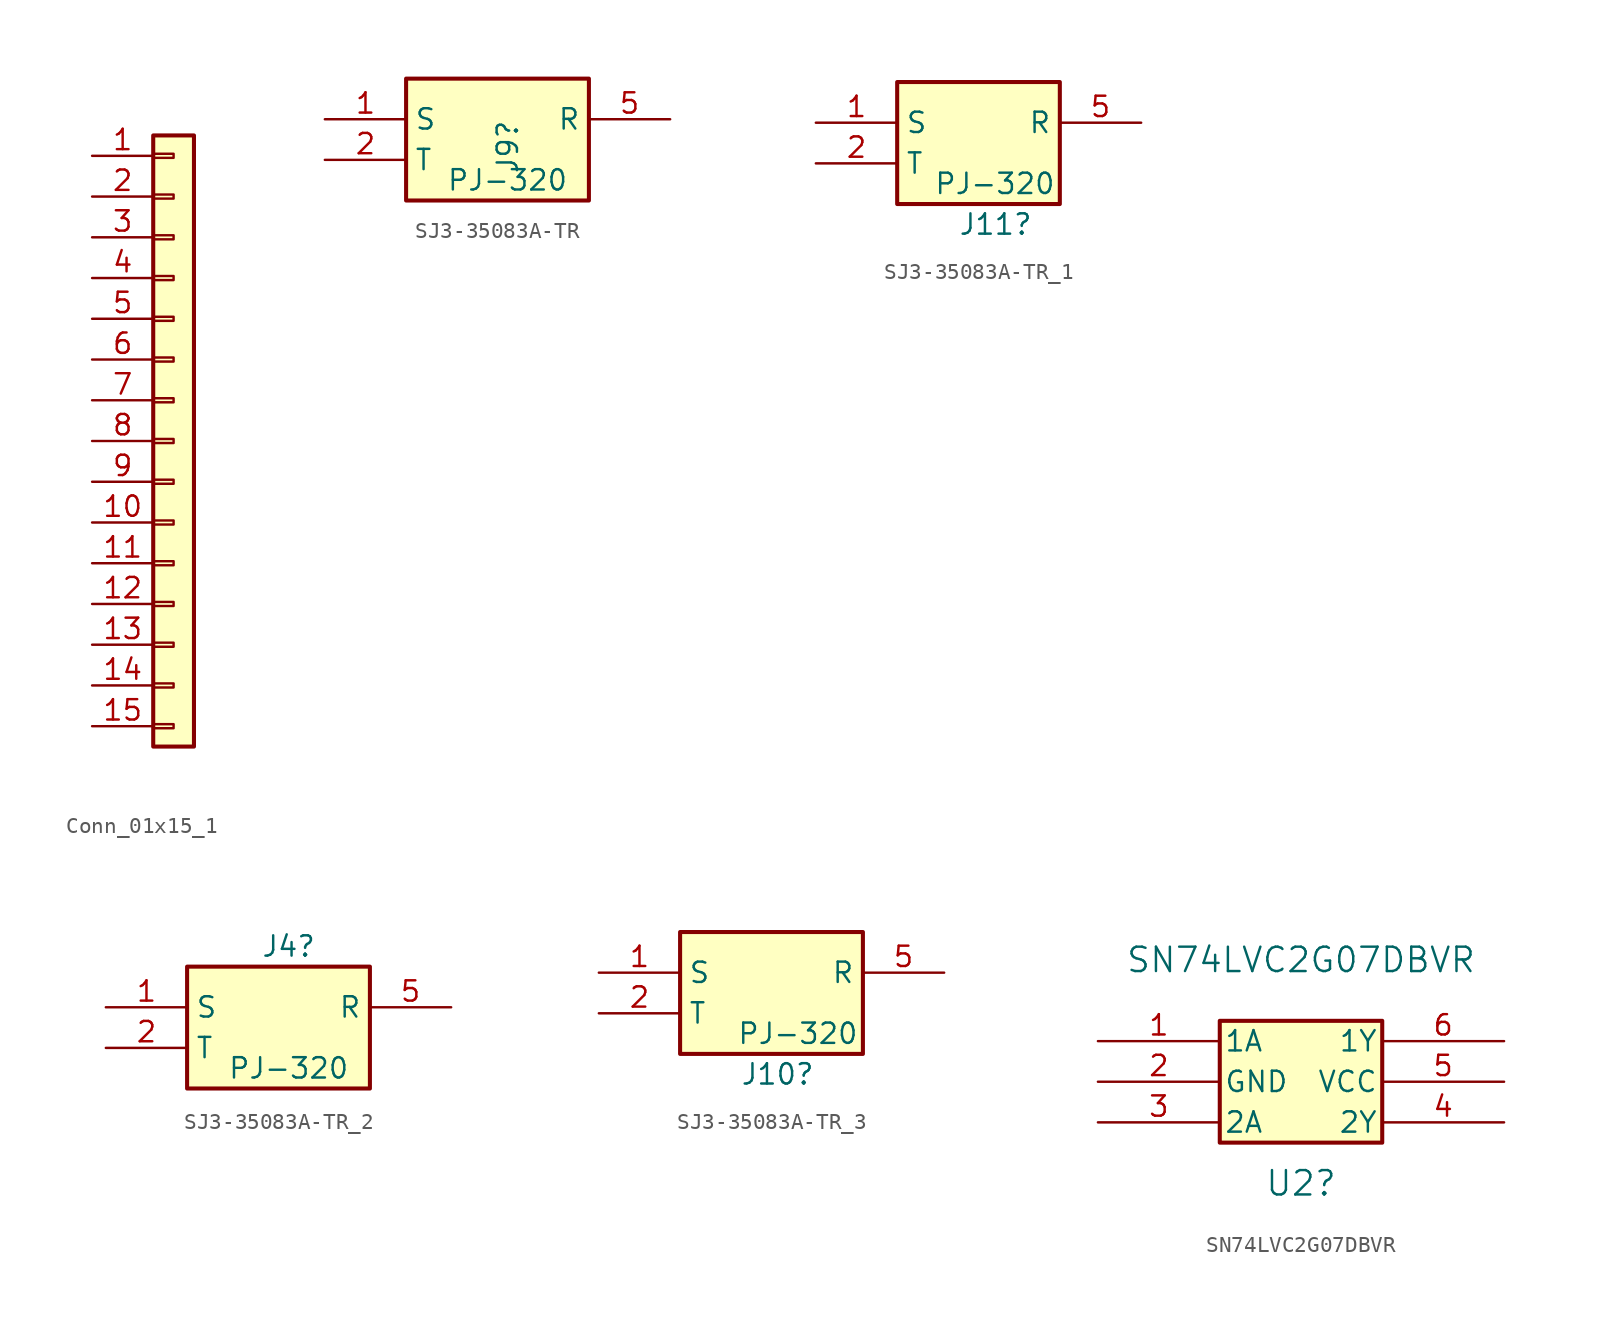
<source format=kicad_sym>
(kicad_symbol_lib
  (version 20231120)
  (generator "kicad_symbol_editor")
  (generator_version "8.0")
  (symbol "Conn_01x15_1"
    (pin_names
      (offset 1.016) hide)
    (property "Reference" "J1"
      (at 0 20.32 0)
      (effects (font (size 1.27 1.27)) (hide yes)))
    (symbol "Conn_01x15_1_1_1"
      (rectangle (start -1.27 -17.653) (end 0 -17.907) (stroke (width 0.152) (type default)) (fill (type none)))
      (rectangle (start -1.27 -15.113) (end 0 -15.367) (stroke (width 0.152) (type default)) (fill (type none)))
      (rectangle (start -1.27 -12.573) (end 0 -12.827) (stroke (width 0.152) (type default)) (fill (type none)))
      (rectangle (start -1.27 -10.033) (end 0 -10.287) (stroke (width 0.152) (type default)) (fill (type none)))
      (rectangle (start -1.27 -7.493) (end 0 -7.747) (stroke (width 0.152) (type default)) (fill (type none)))
      (rectangle (start -1.27 -4.953) (end 0 -5.207) (stroke (width 0.152) (type default)) (fill (type none)))
      (rectangle (start -1.27 -2.413) (end 0 -2.667) (stroke (width 0.152) (type default)) (fill (type none)))
      (rectangle (start -1.27 0.127) (end 0 -0.127) (stroke (width 0.152) (type default)) (fill (type none)))
      (rectangle (start -1.27 2.667) (end 0 2.413) (stroke (width 0.152) (type default)) (fill (type none)))
      (rectangle (start -1.27 5.207) (end 0 4.953) (stroke (width 0.152) (type default)) (fill (type none)))
      (rectangle (start -1.27 7.747) (end 0 7.493) (stroke (width 0.152) (type default)) (fill (type none)))
      (rectangle (start -1.27 10.287) (end 0 10.033) (stroke (width 0.152) (type default)) (fill (type none)))
      (rectangle (start -1.27 12.827) (end 0 12.573) (stroke (width 0.152) (type default)) (fill (type none)))
      (rectangle (start -1.27 15.367) (end 0 15.113) (stroke (width 0.152) (type default)) (fill (type none)))
      (rectangle (start -1.27 17.907) (end 0 17.653) (stroke (width 0.152) (type default)) (fill (type none)))
      (rectangle (start -1.27 19.05) (end 1.27 -19.05) (stroke (width 0.254) (type default)) (fill (type background)))
      (pin passive line (at -5.08 17.78 0) (length 3.81) (name "Pin_1" (effects (font (size 1.27 1.27)))) (number "1" (effects (font (size 1.27 1.27)))))
      (pin passive line (at -5.08 -5.08 0) (length 3.81) (name "Pin_10" (effects (font (size 1.27 1.27)))) (number "10" (effects (font (size 1.27 1.27)))))
      (pin passive line (at -5.08 -7.62 0) (length 3.81) (name "Pin_11" (effects (font (size 1.27 1.27)))) (number "11" (effects (font (size 1.27 1.27)))))
      (pin passive line (at -5.08 -10.16 0) (length 3.81) (name "Pin_12" (effects (font (size 1.27 1.27)))) (number "12" (effects (font (size 1.27 1.27)))))
      (pin passive line (at -5.08 -12.7 0) (length 3.81) (name "Pin_13" (effects (font (size 1.27 1.27)))) (number "13" (effects (font (size 1.27 1.27)))))
      (pin passive line (at -5.08 -15.24 0) (length 3.81) (name "Pin_14" (effects (font (size 1.27 1.27)))) (number "14" (effects (font (size 1.27 1.27)))))
      (pin passive line (at -5.08 -17.78 0) (length 3.81) (name "Pin_15" (effects (font (size 1.27 1.27)))) (number "15" (effects (font (size 1.27 1.27)))))
      (pin passive line (at -5.08 15.24 0) (length 3.81) (name "Pin_2" (effects (font (size 1.27 1.27)))) (number "2" (effects (font (size 1.27 1.27)))))
      (pin passive line (at -5.08 12.7 0) (length 3.81) (name "Pin_3" (effects (font (size 1.27 1.27)))) (number "3" (effects (font (size 1.27 1.27)))))
      (pin passive line (at -5.08 10.16 0) (length 3.81) (name "Pin_4" (effects (font (size 1.27 1.27)))) (number "4" (effects (font (size 1.27 1.27)))))
      (pin passive line (at -5.08 7.62 0) (length 3.81) (name "Pin_5" (effects (font (size 1.27 1.27)))) (number "5" (effects (font (size 1.27 1.27)))))
      (pin passive line (at -5.08 5.08 0) (length 3.81) (name "Pin_6" (effects (font (size 1.27 1.27)))) (number "6" (effects (font (size 1.27 1.27)))))
      (pin passive line (at -5.08 2.54 0) (length 3.81) (name "Pin_7" (effects (font (size 1.27 1.27)))) (number "7" (effects (font (size 1.27 1.27)))))
      (pin passive line (at -5.08 0 0) (length 3.81) (name "Pin_8" (effects (font (size 1.27 1.27)))) (number "8" (effects (font (size 1.27 1.27)))))
      (pin passive line (at -5.08 -2.54 0) (length 3.81) (name "Pin_9" (effects (font (size 1.27 1.27)))) (number "9" (effects (font (size 1.27 1.27)))))))
  (symbol "SJ3-35083A-TR"
    (property "Reference" "J9"
      (at 16.51 0 90)
      (effects (font (size 1.27 1.27)) (justify right)))
    (property "Value" "PJ-320"
      (at 20.32 -3.81 0)
      (effects (font (size 1.27 1.27)) (justify right)))
    (symbol "SJ3-35083A-TR_1_1"
      (rectangle (start 10.16 2.54) (end 21.59 -5.08) (stroke (width 0.254) (type default)) (fill (type background)))
      (pin passive line (at 5.08 0 0) (length 5.08) (name "S" (effects (font (size 1.27 1.27)))) (number "1" (effects (font (size 1.27 1.27)))))
      (pin passive line (at 5.08 -2.54 0) (length 5.08) (name "T" (effects (font (size 1.27 1.27)))) (number "2" (effects (font (size 1.27 1.27)))))
      (pin passive line (at 26.67 0 180) (length 5.08) (name "R" (effects (font (size 1.27 1.27)))) (number "5" (effects (font (size 1.27 1.27)))))))
  (symbol "SJ3-35083A-TR_1"
    (property "Reference" "J11"
      (at 13.97 -6.35 0)
      (effects (font (size 1.27 1.27)) (justify left)))
    (property "Value" "PJ-320"
      (at 12.446 -3.81 0)
      (effects (font (size 1.27 1.27)) (justify left)))
    (symbol "SJ3-35083A-TR_1_1_1"
      (rectangle (start 10.16 2.54) (end 20.32 -5.08) (stroke (width 0.254) (type default)) (fill (type background)))
      (pin passive line (at 5.08 0 0) (length 5.08) (name "S" (effects (font (size 1.27 1.27)))) (number "1" (effects (font (size 1.27 1.27)))))
      (pin passive line (at 5.08 -2.54 0) (length 5.08) (name "T" (effects (font (size 1.27 1.27)))) (number "2" (effects (font (size 1.27 1.27)))))
      (pin passive line (at 25.4 0 180) (length 5.08) (name "R" (effects (font (size 1.27 1.27)))) (number "5" (effects (font (size 1.27 1.27)))))))
  (symbol "SJ3-35083A-TR_2"
    (property "Reference" "J4"
      (at 15.24 3.81 0)
      (effects (font (size 1.27 1.27))))
    (property "Value" "PJ-320"
      (at 15.24 -3.81 0)
      (effects (font (size 1.27 1.27))))
    (symbol "SJ3-35083A-TR_2_1_1"
      (rectangle (start 8.89 2.54) (end 20.32 -5.08) (stroke (width 0.254) (type default)) (fill (type background)))
      (pin passive line (at 3.81 0 0) (length 5.08) (name "S" (effects (font (size 1.27 1.27)))) (number "1" (effects (font (size 1.27 1.27)))))
      (pin passive line (at 3.81 -2.54 0) (length 5.08) (name "T" (effects (font (size 1.27 1.27)))) (number "2" (effects (font (size 1.27 1.27)))))
      (pin passive line (at 25.4 0 180) (length 5.08) (name "R" (effects (font (size 1.27 1.27)))) (number "5" (effects (font (size 1.27 1.27)))))))
  (symbol "SJ3-35083A-TR_3"
    (property "Reference" "J10"
      (at 11.176 -6.35 0)
      (effects (font (size 1.27 1.27))))
    (property "Value" "PJ-320"
      (at 12.446 -3.81 0)
      (effects (font (size 1.27 1.27))))
    (symbol "SJ3-35083A-TR_3_1_1"
      (rectangle (start 5.08 2.54) (end 16.51 -5.08) (stroke (width 0.254) (type default)) (fill (type background)))
      (pin passive line (at 0 0 0) (length 5.08) (name "S" (effects (font (size 1.27 1.27)))) (number "1" (effects (font (size 1.27 1.27)))))
      (pin passive line (at 0 -2.54 0) (length 5.08) (name "T" (effects (font (size 1.27 1.27)))) (number "2" (effects (font (size 1.27 1.27)))))
      (pin passive line (at 21.59 0 180) (length 5.08) (name "R" (effects (font (size 1.27 1.27)))) (number "5" (effects (font (size 1.27 1.27)))))))
  (symbol "SN74LVC2G07DBVR"
    (pin_names
      (offset 0.254))
    (property "Reference" "U2"
      (at 13.97 -11.43 0)
      (effects (font (size 1.524 1.524))))
    (property "Value" "SN74LVC2G07DBVR"
      (at 13.97 2.54 0)
      (effects (font (size 1.524 1.524))))
    (property "ki_locked" ""
      (at 0 0 0)
      (effects (font (size 1.27 1.27))))
    (symbol "SN74LVC2G07DBVR_0_1"
      (pin input line (at 1.27 -2.54 0) (length 7.62) (name "1A" (effects (font (size 1.27 1.27)))) (number "1" (effects (font (size 1.27 1.27)))))
      (pin power_in line (at 1.27 -5.08 0) (length 7.62) (name "GND" (effects (font (size 1.27 1.27)))) (number "2" (effects (font (size 1.27 1.27)))))
      (pin input line (at 1.27 -7.62 0) (length 7.62) (name "2A" (effects (font (size 1.27 1.27)))) (number "3" (effects (font (size 1.27 1.27)))))
      (pin output line (at 26.67 -7.62 180) (length 7.62) (name "2Y" (effects (font (size 1.27 1.27)))) (number "4" (effects (font (size 1.27 1.27)))))
      (pin power_in line (at 26.67 -5.08 180) (length 7.62) (name "VCC" (effects (font (size 1.27 1.27)))) (number "5" (effects (font (size 1.27 1.27)))))
      (pin output line (at 26.67 -2.54 180) (length 7.62) (name "1Y" (effects (font (size 1.27 1.27)))) (number "6" (effects (font (size 1.27 1.27))))))
    (symbol "SN74LVC2G07DBVR_1_1"
      (rectangle (start 19.05 -1.27) (end 8.89 -8.89) (stroke (width 0.254) (type default)) (fill (type background))))))
</source>
